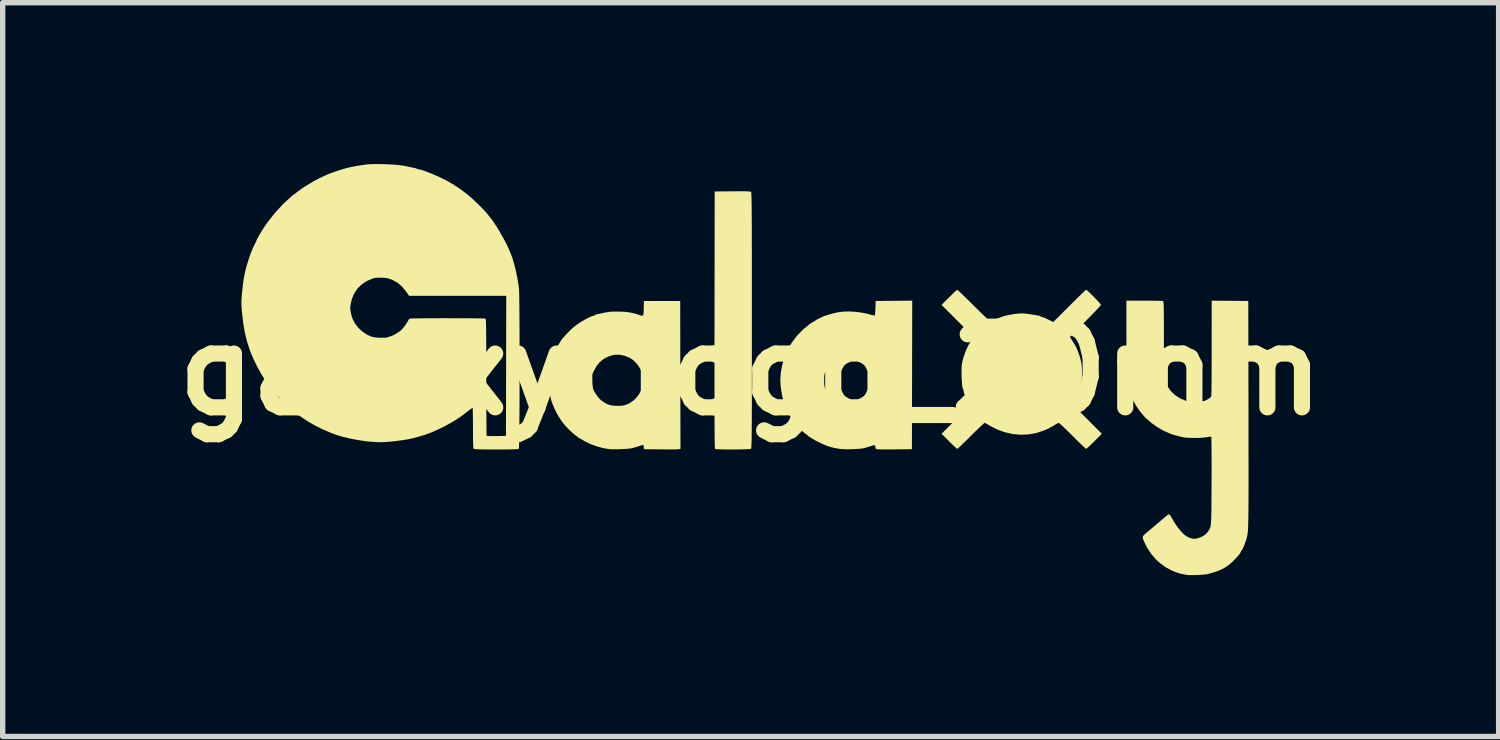
<source format=kicad_pcb>
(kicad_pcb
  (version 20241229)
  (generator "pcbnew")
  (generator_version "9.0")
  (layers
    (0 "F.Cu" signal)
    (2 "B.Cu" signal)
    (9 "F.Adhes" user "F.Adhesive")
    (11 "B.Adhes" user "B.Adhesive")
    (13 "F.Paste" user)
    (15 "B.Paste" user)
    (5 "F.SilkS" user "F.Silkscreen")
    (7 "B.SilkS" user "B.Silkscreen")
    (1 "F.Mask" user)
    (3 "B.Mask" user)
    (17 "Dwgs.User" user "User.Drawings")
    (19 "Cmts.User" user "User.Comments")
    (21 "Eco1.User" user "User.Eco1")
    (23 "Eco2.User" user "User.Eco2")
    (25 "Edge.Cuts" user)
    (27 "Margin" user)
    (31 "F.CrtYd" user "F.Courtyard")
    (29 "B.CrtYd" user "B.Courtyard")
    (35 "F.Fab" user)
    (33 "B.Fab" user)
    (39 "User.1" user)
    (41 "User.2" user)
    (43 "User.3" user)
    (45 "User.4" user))
  (footprint "galaxy_logo_20mm"
    (layer "F.Cu")
    (at 10.907 3.845)
    (property "Reference" "galaxy_logo_20mm" (at 0 0 0) (layer "F.SilkS") (effects (font (size 1.5 1.5) (thickness 0.3))))
    (attr board_only exclude_from_pos_files exclude_from_bom)
    (fp_poly (pts (xy -0.147 -3.339) (xy -0.081 -3.338) (xy -0.035 -3.335) (xy -0.006 -3.332) (xy 0.007 -3.328) (xy 0.009 -3.324) (xy 0.011 -3.314) (xy 0.012 -3.297) (xy 0.013 -3.272) (xy 0.015 -3.239) (xy 0.016 -3.197) (xy 0.017 -3.144) (xy 0.018 -3.081) (xy 0.019 -3.006) (xy 0.019 -2.918) (xy 0.02 -2.816) (xy 0.021 -2.701) (xy 0.021 -2.57) (xy 0.021 -2.423) (xy 0.022 -2.259) (xy 0.022 -2.078) (xy 0.022 -1.878) (xy 0.022 -1.659) (xy 0.022 -1.42) (xy 0.022 -1.159) (xy 0.022 -0.938) (xy 0.022 -0.666) (xy 0.022 -0.416) (xy 0.022 -0.186) (xy 0.022 0.024) (xy 0.022 0.216) (xy 0.022 0.389) (xy 0.022 0.545) (xy 0.022 0.685) (xy 0.021 0.809) (xy 0.021 0.919) (xy 0.02 1.016) (xy 0.02 1.1) (xy 0.019 1.172) (xy 0.018 1.234) (xy 0.018 1.285) (xy 0.016 1.327) (xy 0.015 1.362) (xy 0.014 1.389) (xy 0.013 1.41) (xy 0.011 1.425) (xy 0.009 1.436) (xy 0.007 1.443) (xy 0.005 1.447) (xy 0.003 1.449) (xy 0.001 1.451) (xy -0.016 1.454) (xy -0.051 1.456) (xy -0.102 1.459) (xy -0.164 1.46) (xy -0.235 1.461) (xy -0.31 1.462) (xy -0.386 1.462) (xy -0.459 1.462) (xy -0.526 1.461) (xy -0.583 1.459) (xy -0.627 1.457) (xy -0.654 1.455) (xy -0.661 1.453) (xy -0.663 1.448) (xy -0.664 1.435) (xy -0.665 1.412) (xy -0.667 1.38) (xy -0.668 1.336) (xy -0.669 1.282) (xy -0.67 1.215) (xy -0.671 1.135) (xy -0.671 1.042) (xy -0.672 0.933) (xy -0.672 0.81) (xy -0.672 0.671) (xy -0.673 0.515) (xy -0.673 0.341) (xy -0.673 0.149) (xy -0.673 -0.062) (xy -0.673 -0.293) (xy -0.673 -0.545) (xy -0.672 -0.818) (xy -0.672 -0.946) (xy -0.669 -3.335) (xy -0.339 -3.338) (xy -0.232 -3.339)) (stroke (width 0) (type solid)) (fill yes) (layer "F.SilkS"))
    (fp_poly (pts (xy 3.001 0.076) (xy 2.998 1.457) (xy 2.683 1.46) (xy 2.6 1.46) (xy 2.523 1.461) (xy 2.456 1.46) (xy 2.401 1.46) (xy 2.363 1.458) (xy 2.343 1.457) (xy 2.343 1.457) (xy 2.323 1.445) (xy 2.317 1.42) (xy 2.317 1.419) (xy 2.315 1.394) (xy 2.311 1.382) (xy 2.299 1.382) (xy 2.271 1.388) (xy 2.233 1.4) (xy 2.23 1.401) (xy 2.181 1.416) (xy 2.131 1.431) (xy 2.098 1.439) (xy 2.06 1.445) (xy 2.006 1.45) (xy 1.94 1.454) (xy 1.869 1.457) (xy 1.798 1.458) (xy 1.734 1.457) (xy 1.68 1.454) (xy 1.654 1.451) (xy 1.544 1.431) (xy 1.448 1.405) (xy 1.389 1.383) (xy 1.3 1.343) (xy 1.217 1.302) (xy 1.144 1.26) (xy 1.084 1.222) (xy 1.045 1.19) (xy 1.026 1.175) (xy 0.999 1.153) (xy 0.987 1.144) (xy 0.94 1.103) (xy 0.888 1.046) (xy 0.833 0.977) (xy 0.779 0.903) (xy 0.73 0.827) (xy 0.69 0.754) (xy 0.682 0.737) (xy 0.664 0.699) (xy 0.648 0.667) (xy 0.64 0.65) (xy 0.631 0.624) (xy 0.63 0.613) (xy 0.625 0.589) (xy 0.62 0.576) (xy 0.605 0.537) (xy 0.59 0.481) (xy 0.576 0.414) (xy 0.565 0.34) (xy 0.556 0.267) (xy 0.552 0.198) (xy 0.551 0.174) (xy 0.552 0.157) (xy 1.367 0.157) (xy 1.367 0.179) (xy 1.368 0.234) (xy 1.37 0.273) (xy 1.376 0.304) (xy 1.386 0.334) (xy 1.402 0.37) (xy 1.408 0.383) (xy 1.464 0.473) (xy 1.536 0.547) (xy 1.624 0.606) (xy 1.693 0.637) (xy 1.725 0.644) (xy 1.773 0.649) (xy 1.828 0.651) (xy 1.884 0.65) (xy 1.933 0.646) (xy 1.968 0.64) (xy 1.968 0.64) (xy 2.054 0.603) (xy 2.133 0.553) (xy 2.172 0.518) (xy 2.201 0.487) (xy 2.227 0.453) (xy 2.252 0.41) (xy 2.281 0.353) (xy 2.296 0.322) (xy 2.304 0.291) (xy 2.309 0.244) (xy 2.311 0.188) (xy 2.309 0.131) (xy 2.305 0.078) (xy 2.296 0.036) (xy 2.295 0.034) (xy 2.257 -0.052) (xy 2.202 -0.129) (xy 2.134 -0.194) (xy 2.055 -0.245) (xy 1.97 -0.281) (xy 1.881 -0.299) (xy 1.791 -0.298) (xy 1.756 -0.292) (xy 1.651 -0.258) (xy 1.56 -0.206) (xy 1.484 -0.138) (xy 1.424 -0.053) (xy 1.409 -0.025) (xy 1.39 0.015) (xy 1.378 0.046) (xy 1.371 0.075) (xy 1.368 0.11) (xy 1.367 0.157) (xy 0.552 0.157) (xy 0.56 0.037) (xy 0.587 -0.108) (xy 0.621 -0.231) (xy 0.682 -0.38) (xy 0.762 -0.521) (xy 0.86 -0.652) (xy 0.974 -0.769) (xy 1.101 -0.873) (xy 1.241 -0.959) (xy 1.355 -1.014) (xy 1.391 -1.026) (xy 1.441 -1.042) (xy 1.498 -1.058) (xy 1.556 -1.074) (xy 1.606 -1.085) (xy 1.626 -1.09) (xy 1.724 -1.101) (xy 1.835 -1.104) (xy 1.952 -1.097) (xy 2.068 -1.082) (xy 2.177 -1.06) (xy 2.243 -1.041) (xy 2.276 -1.032) (xy 2.3 -1.029) (xy 2.307 -1.031) (xy 2.311 -1.046) (xy 2.315 -1.078) (xy 2.318 -1.123) (xy 2.32 -1.17) (xy 2.323 -1.299) (xy 2.663 -1.302) (xy 3.004 -1.305)) (stroke (width 0) (type solid)) (fill yes) (layer "F.SilkS"))
    (fp_poly (pts (xy -1.308 0.076) (xy -1.305 1.451) (xy -1.33 1.457) (xy -1.348 1.458) (xy -1.385 1.46) (xy -1.438 1.46) (xy -1.504 1.461) (xy -1.58 1.461) (xy -1.663 1.46) (xy -1.67 1.46) (xy -1.985 1.457) (xy -1.989 1.414) (xy -1.993 1.386) (xy -2.001 1.376) (xy -2.011 1.378) (xy -2.043 1.389) (xy -2.088 1.404) (xy -2.139 1.419) (xy -2.188 1.433) (xy -2.21 1.439) (xy -2.243 1.444) (xy -2.292 1.449) (xy -2.353 1.453) (xy -2.42 1.456) (xy -2.488 1.458) (xy -2.55 1.459) (xy -2.601 1.457) (xy -2.627 1.456) (xy -2.74 1.437) (xy -2.859 1.405) (xy -2.977 1.362) (xy -3.084 1.31) (xy -3.125 1.286) (xy -3.157 1.266) (xy -3.183 1.253) (xy -3.195 1.249) (xy -3.206 1.242) (xy -3.206 1.24) (xy -3.215 1.229) (xy -3.236 1.213) (xy -3.241 1.21) (xy -3.274 1.187) (xy -3.316 1.15) (xy -3.364 1.106) (xy -3.412 1.057) (xy -3.456 1.01) (xy -3.486 0.973) (xy -3.525 0.919) (xy -3.566 0.857) (xy -3.602 0.795) (xy -3.629 0.743) (xy -3.629 0.742) (xy -3.663 0.666) (xy -3.689 0.602) (xy -3.709 0.543) (xy -3.724 0.482) (xy -3.737 0.413) (xy -3.749 0.33) (xy -3.752 0.309) (xy -3.76 0.162) (xy -3.756 0.111) (xy -2.944 0.111) (xy -2.944 0.159) (xy -2.943 0.212) (xy -2.94 0.262) (xy -2.935 0.305) (xy -2.93 0.332) (xy -2.914 0.373) (xy -2.885 0.422) (xy -2.849 0.473) (xy -2.811 0.518) (xy -2.776 0.552) (xy -2.772 0.554) (xy -2.708 0.597) (xy -2.65 0.626) (xy -2.59 0.643) (xy -2.52 0.65) (xy -2.48 0.651) (xy -2.414 0.65) (xy -2.361 0.643) (xy -2.32 0.631) (xy -2.26 0.606) (xy -2.211 0.576) (xy -2.163 0.537) (xy -2.128 0.502) (xy -2.078 0.438) (xy -2.037 0.362) (xy -2.007 0.282) (xy -1.992 0.205) (xy -1.991 0.18) (xy -2.001 0.094) (xy -2.03 0.008) (xy -2.075 -0.075) (xy -2.132 -0.149) (xy -2.198 -0.21) (xy -2.249 -0.242) (xy -2.345 -0.281) (xy -2.435 -0.3) (xy -2.524 -0.299) (xy -2.579 -0.288) (xy -2.669 -0.257) (xy -2.745 -0.214) (xy -2.811 -0.157) (xy -2.869 -0.083) (xy -2.92 0.011) (xy -2.939 0.051) (xy -2.943 0.073) (xy -2.944 0.111) (xy -3.756 0.111) (xy -3.749 0.01) (xy -3.718 -0.143) (xy -3.669 -0.293) (xy -3.613 -0.416) (xy -3.591 -0.458) (xy -3.571 -0.491) (xy -3.558 -0.512) (xy -3.554 -0.516) (xy -3.544 -0.528) (xy -3.543 -0.531) (xy -3.536 -0.55) (xy -3.514 -0.581) (xy -3.482 -0.62) (xy -3.443 -0.664) (xy -3.398 -0.711) (xy -3.353 -0.757) (xy -3.308 -0.798) (xy -3.268 -0.832) (xy -3.262 -0.836) (xy -3.207 -0.876) (xy -3.146 -0.915) (xy -3.086 -0.951) (xy -3.028 -0.982) (xy -2.978 -1.006) (xy -2.94 -1.02) (xy -2.921 -1.024) (xy -2.902 -1.029) (xy -2.897 -1.034) (xy -2.883 -1.044) (xy -2.866 -1.049) (xy -2.785 -1.067) (xy -2.722 -1.081) (xy -2.67 -1.09) (xy -2.625 -1.097) (xy -2.582 -1.1) (xy -2.536 -1.102) (xy -2.481 -1.102) (xy -2.476 -1.102) (xy -2.356 -1.099) (xy -2.251 -1.087) (xy -2.155 -1.066) (xy -2.092 -1.046) (xy -2.051 -1.032) (xy -2.024 -1.025) (xy -2.006 -1.028) (xy -1.996 -1.043) (xy -1.991 -1.074) (xy -1.989 -1.124) (xy -1.989 -1.161) (xy -1.985 -1.299) (xy -1.648 -1.299) (xy -1.31 -1.299)) (stroke (width 0) (type solid)) (fill yes) (layer "F.SilkS"))
    (fp_poly (pts (xy 6.25 -1.5) (xy 6.275 -1.478) (xy 6.308 -1.447) (xy 6.347 -1.409) (xy 6.388 -1.368) (xy 6.427 -1.327) (xy 6.463 -1.288) (xy 6.491 -1.257) (xy 6.509 -1.234) (xy 6.513 -1.226) (xy 6.505 -1.215) (xy 6.484 -1.189) (xy 6.449 -1.152) (xy 6.404 -1.104) (xy 6.35 -1.048) (xy 6.289 -0.986) (xy 6.225 -0.921) (xy 5.937 -0.632) (xy 5.962 -0.589) (xy 5.983 -0.555) (xy 6.003 -0.523) (xy 6.007 -0.517) (xy 6.048 -0.448) (xy 6.085 -0.362) (xy 6.119 -0.266) (xy 6.143 -0.174) (xy 6.152 -0.118) (xy 6.158 -0.05) (xy 6.16 0.027) (xy 6.159 0.108) (xy 6.154 0.187) (xy 6.147 0.26) (xy 6.137 0.322) (xy 6.125 0.369) (xy 6.118 0.385) (xy 6.11 0.41) (xy 6.108 0.422) (xy 6.103 0.446) (xy 6.098 0.459) (xy 6.089 0.478) (xy 6.073 0.51) (xy 6.053 0.551) (xy 6.047 0.562) (xy 6.007 0.646) (xy 6.268 0.908) (xy 6.529 1.17) (xy 6.389 1.311) (xy 6.343 1.356) (xy 6.302 1.396) (xy 6.269 1.426) (xy 6.246 1.445) (xy 6.238 1.451) (xy 6.227 1.443) (xy 6.203 1.422) (xy 6.167 1.388) (xy 6.121 1.344) (xy 6.067 1.292) (xy 6.008 1.233) (xy 5.984 1.209) (xy 5.924 1.149) (xy 5.868 1.094) (xy 5.818 1.047) (xy 5.778 1.009) (xy 5.748 0.982) (xy 5.731 0.969) (xy 5.729 0.967) (xy 5.713 0.973) (xy 5.684 0.988) (xy 5.653 1.007) (xy 5.62 1.027) (xy 5.594 1.041) (xy 5.581 1.046) (xy 5.567 1.053) (xy 5.566 1.055) (xy 5.554 1.064) (xy 5.524 1.079) (xy 5.482 1.096) (xy 5.433 1.115) (xy 5.38 1.134) (xy 5.329 1.15) (xy 5.304 1.157) (xy 5.166 1.182) (xy 5.022 1.188) (xy 4.875 1.175) (xy 4.73 1.143) (xy 4.59 1.093) (xy 4.457 1.026) (xy 4.428 1.008) (xy 4.394 0.988) (xy 4.365 0.973) (xy 4.35 0.967) (xy 4.339 0.975) (xy 4.314 0.997) (xy 4.278 1.031) (xy 4.231 1.075) (xy 4.178 1.127) (xy 4.118 1.185) (xy 4.095 1.209) (xy 4.034 1.27) (xy 3.978 1.324) (xy 3.929 1.372) (xy 3.889 1.41) (xy 3.86 1.437) (xy 3.844 1.45) (xy 3.841 1.451) (xy 3.83 1.444) (xy 3.806 1.422) (xy 3.771 1.39) (xy 3.729 1.35) (xy 3.69 1.31) (xy 3.549 1.17) (xy 3.811 0.908) (xy 4.072 0.647) (xy 4.046 0.596) (xy 4.016 0.533) (xy 3.991 0.475) (xy 3.972 0.426) (xy 3.961 0.39) (xy 3.96 0.377) (xy 3.956 0.354) (xy 3.95 0.344) (xy 3.942 0.329) (xy 3.936 0.295) (xy 3.93 0.247) (xy 3.926 0.188) (xy 3.922 0.123) (xy 3.921 0.056) (xy 3.921 -0.009) (xy 3.922 -0.068) (xy 3.926 -0.117) (xy 3.93 -0.141) (xy 3.956 -0.249) (xy 3.994 -0.358) (xy 4.04 -0.46) (xy 4.091 -0.548) (xy 4.102 -0.564) (xy 4.123 -0.594) (xy 4.136 -0.617) (xy 4.14 -0.626) (xy 4.132 -0.636) (xy 4.11 -0.66) (xy 4.076 -0.696) (xy 4.031 -0.742) (xy 3.977 -0.797) (xy 3.916 -0.859) (xy 3.849 -0.926) (xy 3.844 -0.931) (xy 3.549 -1.226) (xy 3.69 -1.367) (xy 3.736 -1.412) (xy 3.777 -1.452) (xy 3.81 -1.482) (xy 3.832 -1.502) (xy 3.841 -1.507) (xy 3.851 -1.5) (xy 3.876 -1.478) (xy 3.912 -1.443) (xy 3.959 -1.398) (xy 4.014 -1.344) (xy 4.077 -1.283) (xy 4.144 -1.216) (xy 4.152 -1.208) (xy 4.22 -1.141) (xy 4.283 -1.079) (xy 4.339 -1.025) (xy 4.387 -0.979) (xy 4.424 -0.945) (xy 4.45 -0.922) (xy 4.462 -0.914) (xy 4.462 -0.914) (xy 4.485 -0.925) (xy 4.523 -0.942) (xy 4.567 -0.962) (xy 4.612 -0.981) (xy 4.65 -0.997) (xy 4.674 -1.007) (xy 4.734 -1.025) (xy 4.809 -1.041) (xy 4.889 -1.055) (xy 4.968 -1.064) (xy 5.036 -1.068) (xy 5.04 -1.068) (xy 5.086 -1.066) (xy 5.144 -1.06) (xy 5.202 -1.052) (xy 5.214 -1.05) (xy 5.264 -1.042) (xy 5.31 -1.034) (xy 5.344 -1.028) (xy 5.352 -1.027) (xy 5.379 -1.02) (xy 5.394 -1.012) (xy 5.395 -1.011) (xy 5.41 -1.002) (xy 5.419 -1.001) (xy 5.437 -0.996) (xy 5.469 -0.983) (xy 5.51 -0.965) (xy 5.532 -0.954) (xy 5.626 -0.907) (xy 5.926 -1.207) (xy 5.994 -1.275) (xy 6.057 -1.337) (xy 6.113 -1.392) (xy 6.161 -1.438) (xy 6.199 -1.474) (xy 6.225 -1.498) (xy 6.237 -1.507) (xy 6.238 -1.507)) (stroke (width 0) (type solid)) (fill yes) (layer "F.SilkS"))
    (fp_poly (pts (xy 8.912 -1.302) (xy 9.252 -1.299) (xy 9.256 0.816) (xy 9.256 1.074) (xy 9.256 1.312) (xy 9.256 1.529) (xy 9.257 1.726) (xy 9.257 1.905) (xy 9.257 2.067) (xy 9.257 2.211) (xy 9.256 2.341) (xy 9.256 2.456) (xy 9.255 2.557) (xy 9.254 2.646) (xy 9.253 2.724) (xy 9.252 2.791) (xy 9.25 2.848) (xy 9.249 2.897) (xy 9.247 2.938) (xy 9.244 2.973) (xy 9.242 3.003) (xy 9.239 3.028) (xy 9.236 3.049) (xy 9.232 3.068) (xy 9.228 3.086) (xy 9.224 3.103) (xy 9.222 3.11) (xy 9.208 3.157) (xy 9.19 3.208) (xy 9.171 3.257) (xy 9.151 3.301) (xy 9.134 3.333) (xy 9.122 3.349) (xy 9.121 3.35) (xy 9.112 3.363) (xy 9.112 3.365) (xy 9.104 3.385) (xy 9.082 3.416) (xy 9.05 3.454) (xy 9.011 3.496) (xy 8.968 3.539) (xy 8.925 3.58) (xy 8.884 3.613) (xy 8.87 3.624) (xy 8.811 3.662) (xy 8.748 3.695) (xy 8.676 3.724) (xy 8.591 3.752) (xy 8.497 3.779) (xy 8.468 3.784) (xy 8.421 3.788) (xy 8.364 3.792) (xy 8.3 3.795) (xy 8.237 3.797) (xy 8.18 3.798) (xy 8.133 3.797) (xy 8.11 3.795) (xy 7.978 3.768) (xy 7.847 3.721) (xy 7.722 3.655) (xy 7.607 3.572) (xy 7.541 3.512) (xy 7.442 3.397) (xy 7.36 3.269) (xy 7.307 3.157) (xy 7.294 3.123) (xy 7.289 3.097) (xy 7.294 3.076) (xy 7.31 3.054) (xy 7.341 3.026) (xy 7.374 2.998) (xy 7.415 2.964) (xy 7.46 2.926) (xy 7.486 2.904) (xy 7.519 2.876) (xy 7.548 2.851) (xy 7.565 2.836) (xy 7.584 2.82) (xy 7.615 2.794) (xy 7.651 2.765) (xy 7.655 2.761) (xy 7.69 2.731) (xy 7.722 2.705) (xy 7.743 2.687) (xy 7.744 2.685) (xy 7.766 2.671) (xy 7.782 2.668) (xy 7.794 2.679) (xy 7.812 2.705) (xy 7.834 2.742) (xy 7.842 2.756) (xy 7.885 2.829) (xy 7.935 2.902) (xy 7.988 2.969) (xy 8.039 3.024) (xy 8.064 3.047) (xy 8.119 3.085) (xy 8.178 3.111) (xy 8.234 3.123) (xy 8.268 3.122) (xy 8.303 3.114) (xy 8.34 3.103) (xy 8.372 3.092) (xy 8.391 3.083) (xy 8.392 3.082) (xy 8.405 3.074) (xy 8.429 3.061) (xy 8.43 3.06) (xy 8.456 3.04) (xy 8.485 3.011) (xy 8.498 2.994) (xy 8.51 2.977) (xy 8.521 2.961) (xy 8.531 2.945) (xy 8.539 2.928) (xy 8.545 2.908) (xy 8.551 2.884) (xy 8.556 2.853) (xy 8.559 2.813) (xy 8.562 2.765) (xy 8.564 2.704) (xy 8.565 2.631) (xy 8.567 2.544) (xy 8.567 2.44) (xy 8.568 2.318) (xy 8.569 2.176) (xy 8.569 2.048) (xy 8.57 1.915) (xy 8.57 1.788) (xy 8.57 1.67) (xy 8.569 1.561) (xy 8.569 1.465) (xy 8.568 1.383) (xy 8.567 1.316) (xy 8.566 1.266) (xy 8.565 1.235) (xy 8.564 1.226) (xy 8.549 1.224) (xy 8.519 1.227) (xy 8.487 1.232) (xy 8.442 1.239) (xy 8.381 1.244) (xy 8.311 1.247) (xy 8.237 1.248) (xy 8.165 1.246) (xy 8.103 1.243) (xy 8.056 1.237) (xy 8.052 1.237) (xy 7.993 1.224) (xy 7.934 1.209) (xy 7.881 1.195) (xy 7.841 1.183) (xy 7.829 1.178) (xy 7.799 1.166) (xy 7.779 1.159) (xy 7.669 1.11) (xy 7.558 1.045) (xy 7.449 0.967) (xy 7.351 0.882) (xy 7.319 0.85) (xy 7.243 0.76) (xy 7.172 0.658) (xy 7.11 0.549) (xy 7.061 0.44) (xy 7.032 0.354) (xy 7.023 0.321) (xy 7.015 0.292) (xy 7.008 0.264) (xy 7.003 0.235) (xy 6.998 0.204) (xy 6.994 0.169) (xy 6.992 0.128) (xy 6.989 0.078) (xy 6.988 0.019) (xy 6.987 -0.052) (xy 6.986 -0.138) (xy 6.986 -0.239) (xy 6.986 -0.358) (xy 6.986 -0.496) (xy 6.986 -0.567) (xy 6.986 -1.305) (xy 7.316 -1.305) (xy 7.401 -1.305) (xy 7.479 -1.304) (xy 7.547 -1.303) (xy 7.603 -1.302) (xy 7.642 -1.3) (xy 7.663 -1.299) (xy 7.665 -1.298) (xy 7.669 -1.295) (xy 7.672 -1.287) (xy 7.675 -1.274) (xy 7.677 -1.253) (xy 7.679 -1.223) (xy 7.68 -1.182) (xy 7.681 -1.129) (xy 7.682 -1.062) (xy 7.682 -0.979) (xy 7.683 -0.879) (xy 7.683 -0.76) (xy 7.683 -0.62) (xy 7.683 -0.581) (xy 7.683 -0.433) (xy 7.683 -0.306) (xy 7.684 -0.198) (xy 7.684 -0.107) (xy 7.685 -0.032) (xy 7.687 0.031) (xy 7.69 0.081) (xy 7.693 0.122) (xy 7.697 0.155) (xy 7.702 0.182) (xy 7.709 0.205) (xy 7.717 0.225) (xy 7.726 0.244) (xy 7.737 0.265) (xy 7.743 0.276) (xy 7.806 0.369) (xy 7.886 0.448) (xy 7.983 0.511) (xy 8.095 0.559) (xy 8.103 0.562) (xy 8.138 0.569) (xy 8.189 0.573) (xy 8.249 0.575) (xy 8.311 0.574) (xy 8.368 0.57) (xy 8.414 0.564) (xy 8.429 0.561) (xy 8.467 0.546) (xy 8.508 0.523) (xy 8.543 0.498) (xy 8.563 0.479) (xy 8.564 0.466) (xy 8.566 0.432) (xy 8.567 0.38) (xy 8.568 0.31) (xy 8.569 0.224) (xy 8.57 0.125) (xy 8.57 0.013) (xy 8.571 -0.109) (xy 8.571 -0.24) (xy 8.571 -0.377) (xy 8.571 -0.419) (xy 8.572 -1.305)) (stroke (width 0) (type solid)) (fill yes) (layer "F.SilkS"))
    (fp_poly (pts (xy -6.834 -3.843) (xy -6.724 -3.839) (xy -6.632 -3.834) (xy -6.553 -3.827) (xy -6.482 -3.818) (xy -6.414 -3.806) (xy -6.372 -3.797) (xy -6.326 -3.787) (xy -6.281 -3.778) (xy -6.251 -3.772) (xy -6.222 -3.765) (xy -6.204 -3.757) (xy -6.203 -3.756) (xy -6.188 -3.748) (xy -6.172 -3.746) (xy -6.141 -3.741) (xy -6.094 -3.727) (xy -6.034 -3.706) (xy -5.965 -3.679) (xy -5.891 -3.649) (xy -5.816 -3.616) (xy -5.743 -3.582) (xy -5.676 -3.549) (xy -5.619 -3.518) (xy -5.575 -3.492) (xy -5.568 -3.487) (xy -5.543 -3.472) (xy -5.525 -3.465) (xy -5.524 -3.465) (xy -5.513 -3.457) (xy -5.512 -3.453) (xy -5.503 -3.443) (xy -5.5 -3.442) (xy -5.484 -3.435) (xy -5.453 -3.417) (xy -5.411 -3.388) (xy -5.362 -3.352) (xy -5.307 -3.31) (xy -5.25 -3.265) (xy -5.242 -3.258) (xy -5.192 -3.215) (xy -5.135 -3.163) (xy -5.075 -3.107) (xy -5.017 -3.049) (xy -4.964 -2.994) (xy -4.921 -2.947) (xy -4.899 -2.921) (xy -4.872 -2.887) (xy -4.847 -2.856) (xy -4.84 -2.848) (xy -4.804 -2.802) (xy -4.762 -2.74) (xy -4.715 -2.667) (xy -4.666 -2.587) (xy -4.618 -2.503) (xy -4.573 -2.422) (xy -4.534 -2.346) (xy -4.503 -2.28) (xy -4.488 -2.244) (xy -4.478 -2.219) (xy -4.464 -2.186) (xy -4.462 -2.182) (xy -4.43 -2.097) (xy -4.399 -1.993) (xy -4.369 -1.875) (xy -4.342 -1.747) (xy -4.319 -1.614) (xy -4.309 -1.538) (xy -4.307 -1.513) (xy -4.305 -1.467) (xy -4.303 -1.404) (xy -4.302 -1.324) (xy -4.301 -1.228) (xy -4.3 -1.119) (xy -4.299 -0.999) (xy -4.298 -0.867) (xy -4.297 -0.728) (xy -4.297 -0.581) (xy -4.297 -0.428) (xy -4.296 -0.272) (xy -4.296 -0.113) (xy -4.296 0.046) (xy -4.297 0.204) (xy -4.297 0.36) (xy -4.297 0.512) (xy -4.298 0.658) (xy -4.299 0.796) (xy -4.3 0.926) (xy -4.301 1.045) (xy -4.302 1.151) (xy -4.303 1.244) (xy -4.305 1.322) (xy -4.306 1.383) (xy -4.308 1.424) (xy -4.31 1.446) (xy -4.311 1.449) (xy -4.321 1.453) (xy -4.344 1.456) (xy -4.382 1.458) (xy -4.436 1.46) (xy -4.508 1.461) (xy -4.599 1.462) (xy -4.71 1.462) (xy -4.73 1.462) (xy -4.845 1.462) (xy -4.939 1.461) (xy -5.014 1.46) (xy -5.071 1.459) (xy -5.111 1.456) (xy -5.137 1.453) (xy -5.149 1.45) (xy -5.15 1.449) (xy -5.154 1.438) (xy -5.157 1.414) (xy -5.159 1.375) (xy -5.161 1.32) (xy -5.162 1.247) (xy -5.163 1.153) (xy -5.163 1.061) (xy -5.163 0.972) (xy -5.164 0.89) (xy -5.165 0.818) (xy -5.166 0.76) (xy -5.167 0.717) (xy -5.169 0.692) (xy -5.17 0.686) (xy -5.181 0.693) (xy -5.206 0.711) (xy -5.24 0.737) (xy -5.274 0.763) (xy -5.4 0.858) (xy -5.529 0.941) (xy -5.667 1.019) (xy -5.771 1.07) (xy -5.829 1.098) (xy -5.871 1.117) (xy -5.902 1.131) (xy -5.927 1.142) (xy -5.949 1.15) (xy -5.973 1.159) (xy -5.973 1.159) (xy -6.006 1.17) (xy -6.033 1.181) (xy -6.035 1.181) (xy -6.068 1.193) (xy -6.121 1.209) (xy -6.192 1.229) (xy -6.277 1.252) (xy -6.308 1.259) (xy -6.36 1.271) (xy -6.428 1.282) (xy -6.508 1.294) (xy -6.594 1.305) (xy -6.681 1.314) (xy -6.762 1.321) (xy -6.832 1.326) (xy -6.879 1.327) (xy -7.01 1.322) (xy -7.153 1.309) (xy -7.3 1.287) (xy -7.446 1.259) (xy -7.586 1.226) (xy -7.713 1.188) (xy -7.79 1.159) (xy -7.951 1.09) (xy -8.096 1.019) (xy -8.231 0.941) (xy -8.362 0.854) (xy -8.493 0.755) (xy -8.664 0.606) (xy -8.823 0.439) (xy -8.967 0.259) (xy -9.095 0.068) (xy -9.173 -0.073) (xy -9.25 -0.232) (xy -9.313 -0.388) (xy -9.364 -0.545) (xy -9.404 -0.708) (xy -9.434 -0.881) (xy -9.456 -1.071) (xy -9.461 -1.119) (xy -9.465 -1.177) (xy -7.445 -1.177) (xy -7.444 -1.141) (xy -7.438 -1.107) (xy -7.431 -1.068) (xy -7.43 -1.063) (xy -7.404 -0.971) (xy -7.358 -0.882) (xy -7.295 -0.801) (xy -7.219 -0.73) (xy -7.132 -0.672) (xy -7.047 -0.635) (xy -7.013 -0.626) (xy -6.966 -0.62) (xy -6.912 -0.616) (xy -6.858 -0.615) (xy -6.807 -0.616) (xy -6.766 -0.619) (xy -6.74 -0.625) (xy -6.735 -0.628) (xy -6.714 -0.639) (xy -6.699 -0.641) (xy -6.676 -0.647) (xy -6.642 -0.663) (xy -6.6 -0.686) (xy -6.559 -0.712) (xy -6.522 -0.738) (xy -6.503 -0.753) (xy -6.465 -0.794) (xy -6.426 -0.842) (xy -6.393 -0.891) (xy -6.374 -0.924) (xy -6.358 -0.952) (xy -6.341 -0.97) (xy -6.338 -0.972) (xy -6.323 -0.973) (xy -6.289 -0.974) (xy -6.236 -0.975) (xy -6.169 -0.976) (xy -6.088 -0.977) (xy -5.997 -0.978) (xy -5.897 -0.978) (xy -5.792 -0.978) (xy -5.683 -0.979) (xy -5.574 -0.978) (xy -5.465 -0.978) (xy -5.361 -0.978) (xy -5.262 -0.978) (xy -5.172 -0.977) (xy -5.093 -0.976) (xy -5.027 -0.975) (xy -4.977 -0.974) (xy -4.945 -0.973) (xy -4.934 -0.972) (xy -4.931 -0.969) (xy -4.928 -0.962) (xy -4.926 -0.951) (xy -4.924 -0.932) (xy -4.922 -0.906) (xy -4.92 -0.871) (xy -4.919 -0.825) (xy -4.918 -0.768) (xy -4.918 -0.697) (xy -4.917 -0.612) (xy -4.916 -0.512) (xy -4.916 -0.394) (xy -4.916 -0.259) (xy -4.916 -0.103) (xy -4.916 0.073) (xy -4.916 0.117) (xy -4.916 0.272) (xy -4.915 0.419) (xy -4.915 0.559) (xy -4.915 0.689) (xy -4.914 0.809) (xy -4.913 0.915) (xy -4.912 1.008) (xy -4.912 1.085) (xy -4.911 1.144) (xy -4.91 1.185) (xy -4.908 1.206) (xy -4.908 1.208) (xy -4.895 1.21) (xy -4.863 1.212) (xy -4.817 1.213) (xy -4.76 1.213) (xy -4.725 1.212) (xy -4.55 1.209) (xy -4.547 -0.093) (xy -4.544 -1.395) (xy -5.448 -1.395) (xy -6.352 -1.395) (xy -6.406 -1.474) (xy -6.481 -1.566) (xy -6.567 -1.639) (xy -6.664 -1.692) (xy -6.744 -1.72) (xy -6.784 -1.727) (xy -6.837 -1.731) (xy -6.895 -1.732) (xy -6.951 -1.73) (xy -6.998 -1.725) (xy -7.02 -1.72) (xy -7.133 -1.672) (xy -7.228 -1.61) (xy -7.307 -1.534) (xy -7.368 -1.444) (xy -7.382 -1.416) (xy -7.406 -1.357) (xy -7.426 -1.293) (xy -7.439 -1.231) (xy -7.445 -1.177) (xy -9.465 -1.177) (xy -9.466 -1.188) (xy -9.468 -1.247) (xy -9.468 -1.304) (xy -9.464 -1.366) (xy -9.458 -1.441) (xy -9.456 -1.462) (xy -9.443 -1.577) (xy -9.431 -1.675) (xy -9.416 -1.762) (xy -9.399 -1.844) (xy -9.379 -1.925) (xy -9.353 -2.013) (xy -9.349 -2.025) (xy -9.319 -2.119) (xy -9.287 -2.206) (xy -9.256 -2.281) (xy -9.228 -2.34) (xy -9.225 -2.346) (xy -9.207 -2.38) (xy -9.194 -2.406) (xy -9.19 -2.418) (xy -9.185 -2.435) (xy -9.168 -2.466) (xy -9.145 -2.509) (xy -9.115 -2.56) (xy -9.082 -2.614) (xy -9.047 -2.668) (xy -9.014 -2.718) (xy -9.007 -2.728) (xy -8.858 -2.922) (xy -8.695 -3.1) (xy -8.519 -3.26) (xy -8.328 -3.402) (xy -8.125 -3.526) (xy -8.015 -3.583) (xy -7.958 -3.61) (xy -7.916 -3.63) (xy -7.883 -3.645) (xy -7.854 -3.657) (xy -7.824 -3.669) (xy -7.785 -3.683) (xy -7.75 -3.695) (xy -7.652 -3.729) (xy -7.561 -3.757) (xy -7.473 -3.78) (xy -7.382 -3.799) (xy -7.28 -3.817) (xy -7.164 -3.834) (xy -7.143 -3.837) (xy -7.088 -3.842) (xy -7.015 -3.844) (xy -6.929 -3.845)) (stroke (width 0) (type solid)) (fill yes) (layer "F.SilkS")))
  (gr_rect
    (start -3 -3)
    (end 24.814 10.643)
    (stroke (width 0.1) (type default))
    (fill no)
    (layer "Edge.Cuts")))
</source>
